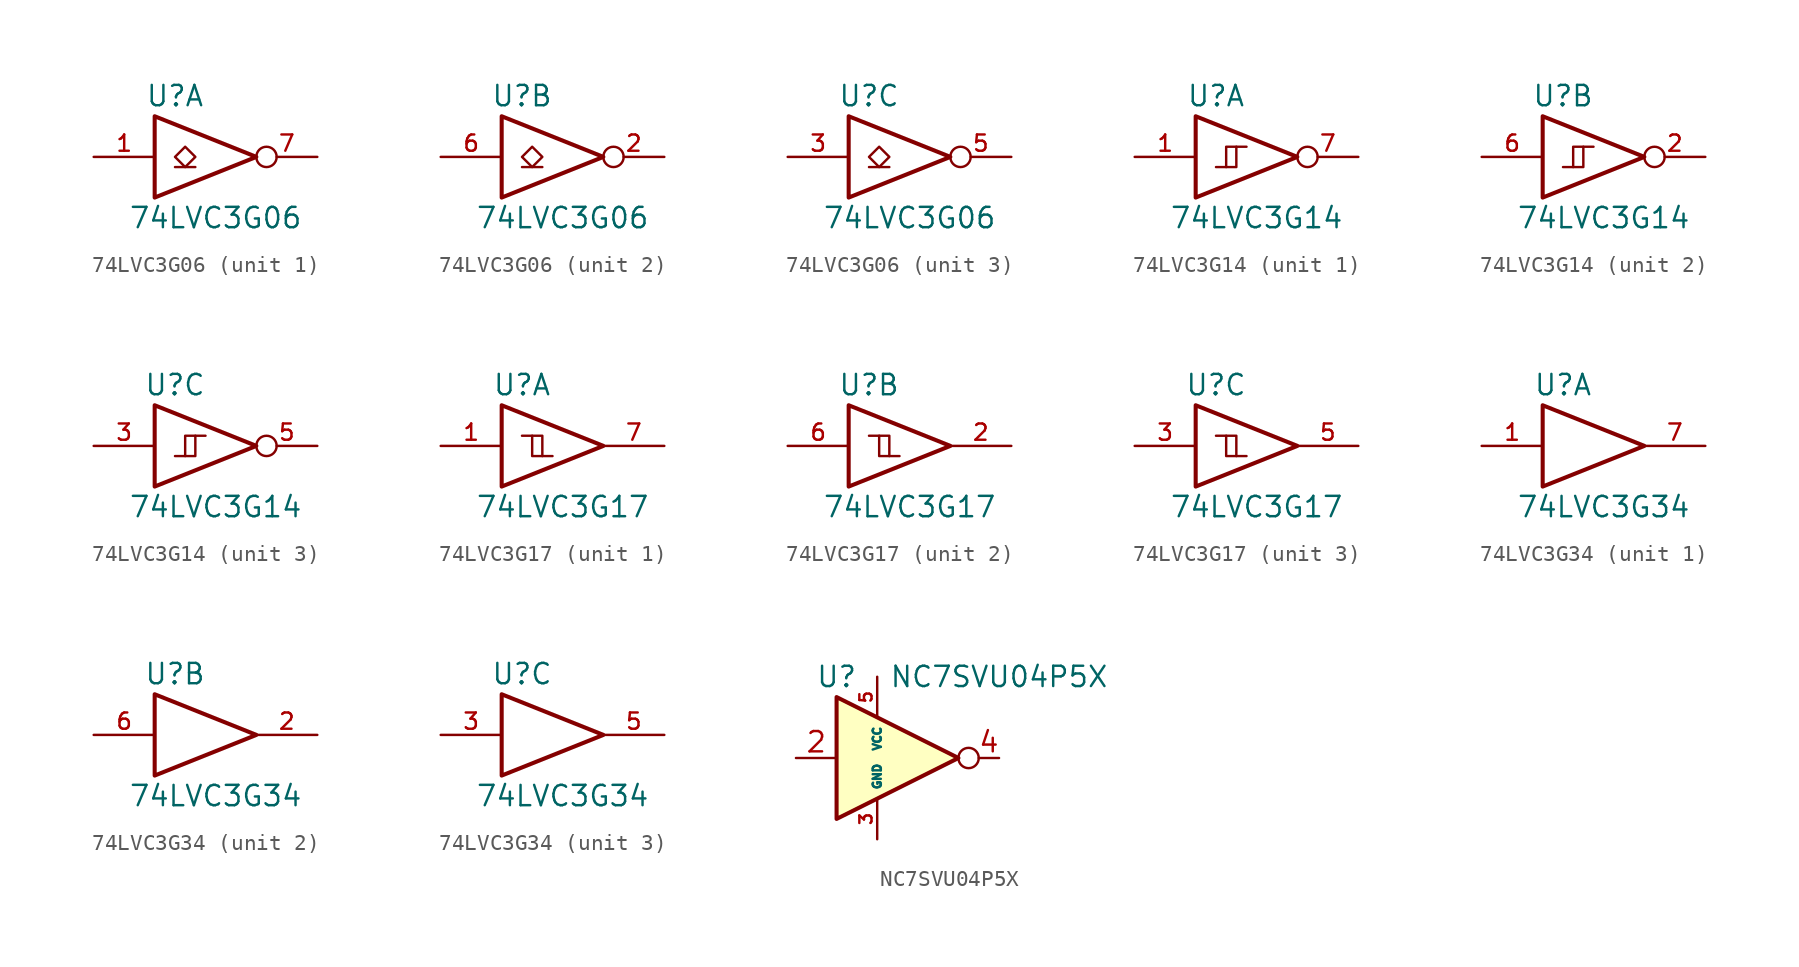
<source format=kicad_sym>
(kicad_symbol_lib
  (version 20211014)
  (generator kicad_symbol_editor)
  (symbol "74LVC3G06"
    (pin_names
      (offset 1.016))
    (property "Reference" "U"
      (at -2.54 3.81 0)
      (effects (font (size 1.27 1.27))))
    (property "Value" "74LVC3G06"
      (at 0 -3.81 0)
      (effects (font (size 1.27 1.27))))
    (symbol "74LVC3G06_0_1"
      (polyline (pts (xy -2.54 -0.635) (xy -1.27 -0.635)) (stroke (width 0) (type default) (color 0 0 0 0)) (fill (type none)))
      (polyline (pts (xy -3.81 2.54) (xy -3.81 -2.54) (xy 2.54 0) (xy -3.81 2.54)) (stroke (width 0.254) (type default) (color 0 0 0 0)) (fill (type none)))
      (polyline (pts (xy -1.905 0.635) (xy -2.54 0) (xy -1.905 -0.635) (xy -1.27 0) (xy -1.905 0.635)) (stroke (width 0) (type default) (color 0 0 0 0)) (fill (type none)))
      (pin power_in line (at 0 -2.54 270) (length 0) hide (name "GND" (effects (font (size 1.016 1.016)))) (number "4" (effects (font (size 1.016 1.016)))))
      (pin power_in line (at 0 2.54 90) (length 0) hide (name "VCC" (effects (font (size 1.016 1.016)))) (number "8" (effects (font (size 1.016 1.016))))))
    (symbol "74LVC3G06_1_1"
      (pin input line (at -7.62 0 0) (length 3.81) (name "~" (effects (font (size 1.016 1.016)))) (number "1" (effects (font (size 1.016 1.016)))))
      (pin open_collector inverted (at 6.35 0 180) (length 3.81) (name "~" (effects (font (size 1.016 1.016)))) (number "7" (effects (font (size 1.016 1.016))))))
    (symbol "74LVC3G06_2_1"
      (pin open_collector inverted (at 6.35 0 180) (length 3.81) (name "~" (effects (font (size 1.016 1.016)))) (number "2" (effects (font (size 1.016 1.016)))))
      (pin input line (at -7.62 0 0) (length 3.81) (name "~" (effects (font (size 1.016 1.016)))) (number "6" (effects (font (size 1.016 1.016))))))
    (symbol "74LVC3G06_3_1"
      (pin input line (at -7.62 0 0) (length 3.81) (name "~" (effects (font (size 1.016 1.016)))) (number "3" (effects (font (size 1.016 1.016)))))
      (pin open_collector inverted (at 6.35 0 180) (length 3.81) (name "~" (effects (font (size 1.016 1.016)))) (number "5" (effects (font (size 1.016 1.016)))))))
  (symbol "74LVC3G14"
    (pin_names
      (offset 1.016))
    (property "Reference" "U"
      (at -2.54 3.81 0)
      (effects (font (size 1.27 1.27))))
    (property "Value" "74LVC3G14"
      (at 0 -3.81 0)
      (effects (font (size 1.27 1.27))))
    (symbol "74LVC3G14_0_1"
      (polyline (pts (xy -1.905 -0.635) (xy -1.27 -0.635) (xy -1.27 0.635)) (stroke (width 0) (type default) (color 0 0 0 0)) (fill (type none)))
      (polyline (pts (xy -3.81 2.54) (xy -3.81 -2.54) (xy 2.54 0) (xy -3.81 2.54)) (stroke (width 0.254) (type default) (color 0 0 0 0)) (fill (type none)))
      (polyline (pts (xy -2.54 -0.635) (xy -1.905 -0.635) (xy -1.905 0.635) (xy -0.635 0.635)) (stroke (width 0) (type default) (color 0 0 0 0)) (fill (type none)))
      (pin power_in line (at 0 -2.54 270) (length 0) hide (name "GND" (effects (font (size 1.016 1.016)))) (number "4" (effects (font (size 1.016 1.016)))))
      (pin power_in line (at 0 2.54 90) (length 0) hide (name "VCC" (effects (font (size 1.016 1.016)))) (number "8" (effects (font (size 1.016 1.016))))))
    (symbol "74LVC3G14_1_1"
      (pin input line (at -7.62 0 0) (length 3.81) (name "~" (effects (font (size 1.016 1.016)))) (number "1" (effects (font (size 1.016 1.016)))))
      (pin output inverted (at 6.35 0 180) (length 3.81) (name "~" (effects (font (size 1.016 1.016)))) (number "7" (effects (font (size 1.016 1.016))))))
    (symbol "74LVC3G14_2_1"
      (pin output inverted (at 6.35 0 180) (length 3.81) (name "~" (effects (font (size 1.016 1.016)))) (number "2" (effects (font (size 1.016 1.016)))))
      (pin input line (at -7.62 0 0) (length 3.81) (name "~" (effects (font (size 1.016 1.016)))) (number "6" (effects (font (size 1.016 1.016))))))
    (symbol "74LVC3G14_3_1"
      (pin input line (at -7.62 0 0) (length 3.81) (name "~" (effects (font (size 1.016 1.016)))) (number "3" (effects (font (size 1.016 1.016)))))
      (pin output inverted (at 6.35 0 180) (length 3.81) (name "~" (effects (font (size 1.016 1.016)))) (number "5" (effects (font (size 1.016 1.016)))))))
  (symbol "74LVC3G17"
    (pin_names
      (offset 1.016))
    (property "Reference" "U"
      (at -2.54 3.81 0)
      (effects (font (size 1.27 1.27))))
    (property "Value" "74LVC3G17"
      (at 0 -3.81 0)
      (effects (font (size 1.27 1.27))))
    (symbol "74LVC3G17_0_1"
      (polyline (pts (xy -1.905 0.635) (xy -1.27 0.635) (xy -1.27 -0.635)) (stroke (width 0) (type default) (color 0 0 0 0)) (fill (type none)))
      (polyline (pts (xy -3.81 2.54) (xy -3.81 -2.54) (xy 2.54 0) (xy -3.81 2.54)) (stroke (width 0.254) (type default) (color 0 0 0 0)) (fill (type none)))
      (polyline (pts (xy -2.54 0.635) (xy -1.905 0.635) (xy -1.905 -0.635) (xy -0.635 -0.635)) (stroke (width 0) (type default) (color 0 0 0 0)) (fill (type none)))
      (pin power_in line (at 0 -2.54 270) (length 0) hide (name "GND" (effects (font (size 1.016 1.016)))) (number "4" (effects (font (size 1.016 1.016)))))
      (pin power_in line (at 0 2.54 90) (length 0) hide (name "VCC" (effects (font (size 1.016 1.016)))) (number "8" (effects (font (size 1.016 1.016))))))
    (symbol "74LVC3G17_1_1"
      (pin input line (at -7.62 0 0) (length 3.81) (name "~" (effects (font (size 1.016 1.016)))) (number "1" (effects (font (size 1.016 1.016)))))
      (pin output line (at 6.35 0 180) (length 3.81) (name "~" (effects (font (size 1.016 1.016)))) (number "7" (effects (font (size 1.016 1.016))))))
    (symbol "74LVC3G17_2_1"
      (pin output line (at 6.35 0 180) (length 3.81) (name "~" (effects (font (size 1.016 1.016)))) (number "2" (effects (font (size 1.016 1.016)))))
      (pin input line (at -7.62 0 0) (length 3.81) (name "~" (effects (font (size 1.016 1.016)))) (number "6" (effects (font (size 1.016 1.016))))))
    (symbol "74LVC3G17_3_1"
      (pin input line (at -7.62 0 0) (length 3.81) (name "~" (effects (font (size 1.016 1.016)))) (number "3" (effects (font (size 1.016 1.016)))))
      (pin output line (at 6.35 0 180) (length 3.81) (name "~" (effects (font (size 1.016 1.016)))) (number "5" (effects (font (size 1.016 1.016)))))))
  (symbol "74LVC3G34"
    (pin_names
      (offset 1.016))
    (property "Reference" "U"
      (at -2.54 3.81 0)
      (effects (font (size 1.27 1.27))))
    (property "Value" "74LVC3G34"
      (at 0 -3.81 0)
      (effects (font (size 1.27 1.27))))
    (symbol "74LVC3G34_0_1"
      (polyline (pts (xy -3.81 2.54) (xy -3.81 -2.54) (xy 2.54 0) (xy -3.81 2.54)) (stroke (width 0.254) (type default) (color 0 0 0 0)) (fill (type none)))
      (pin power_in line (at 0 -2.54 270) (length 0) hide (name "GND" (effects (font (size 1.016 1.016)))) (number "4" (effects (font (size 1.016 1.016)))))
      (pin power_in line (at 0 2.54 90) (length 0) hide (name "VCC" (effects (font (size 1.016 1.016)))) (number "8" (effects (font (size 1.016 1.016))))))
    (symbol "74LVC3G34_1_1"
      (pin input line (at -7.62 0 0) (length 3.81) (name "~" (effects (font (size 1.016 1.016)))) (number "1" (effects (font (size 1.016 1.016)))))
      (pin output line (at 6.35 0 180) (length 3.81) (name "~" (effects (font (size 1.016 1.016)))) (number "7" (effects (font (size 1.016 1.016))))))
    (symbol "74LVC3G34_2_1"
      (pin output line (at 6.35 0 180) (length 3.81) (name "~" (effects (font (size 1.016 1.016)))) (number "2" (effects (font (size 1.016 1.016)))))
      (pin input line (at -7.62 0 0) (length 3.81) (name "~" (effects (font (size 1.016 1.016)))) (number "6" (effects (font (size 1.016 1.016))))))
    (symbol "74LVC3G34_3_1"
      (pin input line (at -7.62 0 0) (length 3.81) (name "~" (effects (font (size 1.016 1.016)))) (number "3" (effects (font (size 1.016 1.016)))))
      (pin output line (at 6.35 0 180) (length 3.81) (name "~" (effects (font (size 1.016 1.016)))) (number "5" (effects (font (size 1.016 1.016)))))))
  (symbol "NC7SVU04P5X"
    (property "Reference" "U"
      (at -2.54 5.08 0)
      (effects (font (size 1.27 1.27))))
    (property "Value" "NC7SVU04P5X"
      (at 7.62 5.08 0)
      (effects (font (size 1.27 1.27))))
    (symbol "NC7SVU04P5X_0_1"
      (polyline (pts (xy -2.54 3.81) (xy -2.54 -3.81) (xy 5.08 0) (xy -2.54 3.81)) (stroke (width 0.254) (type default) (color 0 0 0 0)) (fill (type background)))
      (circle (center 5.715 0) (radius 0.635) (stroke (width 0) (type default) (color 0 0 0 0)) (fill (type none))))
    (symbol "NC7SVU04P5X_1_1"
      (pin no_connect line (at 5.08 0 180) (length 2.54) hide (name "NC" (effects (font (size 1.27 1.27)))) (number "1" (effects (font (size 1.27 1.27)))))
      (pin input line (at -5.08 0 0) (length 2.54) (name "~" (effects (font (size 1.27 1.27)))) (number "2" (effects (font (size 1.27 1.27)))))
      (pin power_in line (at 0 -5.08 90) (length 2.54) (name "GND" (effects (font (size 0.508 0.508)))) (number "3" (effects (font (size 0.762 0.762)))))
      (pin output line (at 7.62 0 180) (length 1.27) (name "~" (effects (font (size 1.27 1.27)))) (number "4" (effects (font (size 1.27 1.27)))))
      (pin power_in line (at 0 5.08 270) (length 2.54) (name "VCC" (effects (font (size 0.508 0.508)))) (number "5" (effects (font (size 0.762 0.762))))))))
</source>
